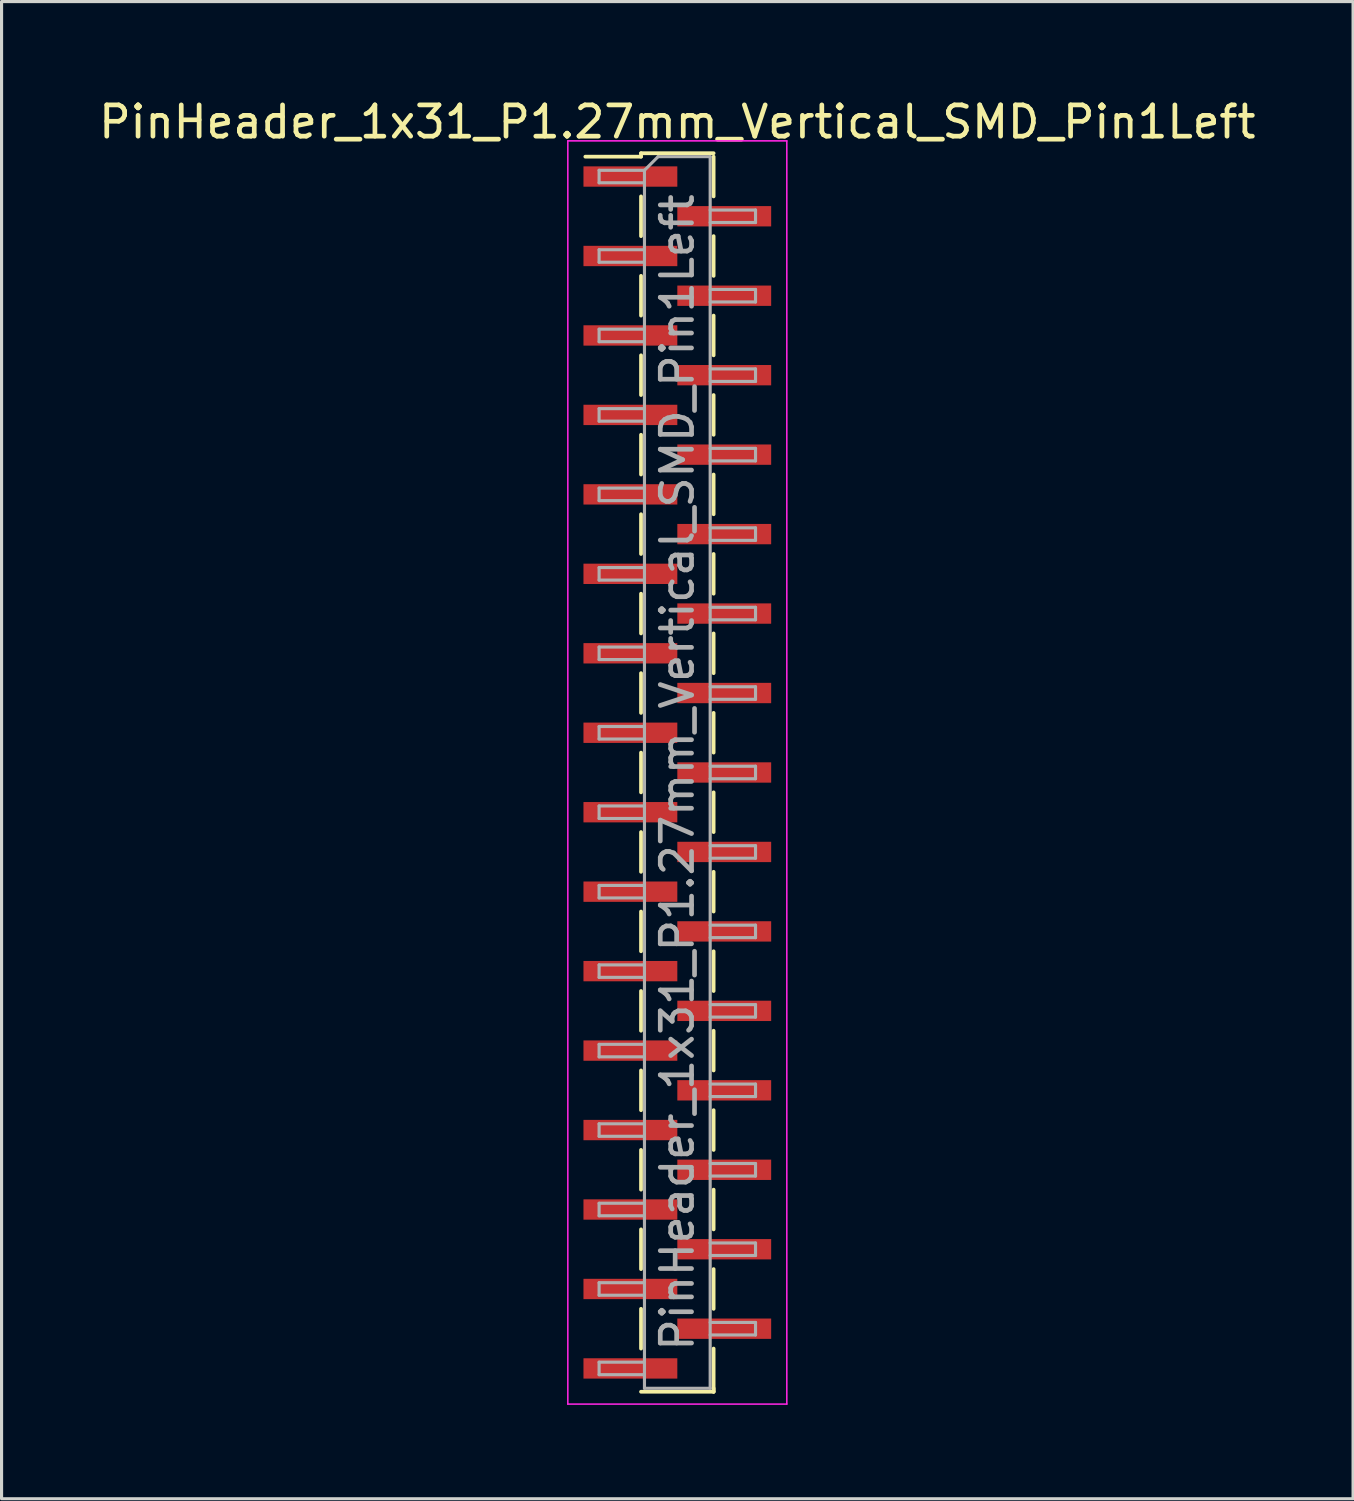
<source format=kicad_pcb>
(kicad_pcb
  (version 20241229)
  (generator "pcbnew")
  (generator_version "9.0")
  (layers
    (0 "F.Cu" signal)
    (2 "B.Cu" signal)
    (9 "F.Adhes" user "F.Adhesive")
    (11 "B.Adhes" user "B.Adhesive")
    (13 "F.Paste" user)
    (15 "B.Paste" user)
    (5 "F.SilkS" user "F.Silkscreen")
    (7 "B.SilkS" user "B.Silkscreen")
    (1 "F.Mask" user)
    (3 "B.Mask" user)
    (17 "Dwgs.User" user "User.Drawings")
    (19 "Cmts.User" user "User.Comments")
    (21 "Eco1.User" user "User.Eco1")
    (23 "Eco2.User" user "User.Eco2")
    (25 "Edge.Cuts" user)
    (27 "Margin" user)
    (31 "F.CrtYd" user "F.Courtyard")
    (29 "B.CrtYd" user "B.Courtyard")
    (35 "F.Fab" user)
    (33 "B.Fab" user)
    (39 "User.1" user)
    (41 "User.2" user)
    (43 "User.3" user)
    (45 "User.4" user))
  (footprint "PinHeader_1x31_P1.27mm_Vertical_SMD_Pin1Left"
    (layer "F.Cu")
    (at 18.601 21.643)
    (property "Reference" "PinHeader_1x31_P1.27mm_Vertical_SMD_Pin1Left" (at 0 -20.795 0) (layer "F.SilkS") (effects (font (size 1 1) (thickness 0.15))))
    (attr smd)
    (fp_line (start -1.16 -19.795) (end -1.16 -19.685) (stroke (width 0.12) (type solid)) (layer "F.SilkS"))
    (fp_line (start -1.16 -19.795) (end 1.16 -19.795) (stroke (width 0.12) (type solid)) (layer "F.SilkS"))
    (fp_line (start -1.16 -19.685) (end -2.94 -19.685) (stroke (width 0.12) (type solid)) (layer "F.SilkS"))
    (fp_line (start -1.16 -18.415) (end -1.16 -17.145) (stroke (width 0.12) (type solid)) (layer "F.SilkS"))
    (fp_line (start -1.16 -15.875) (end -1.16 -14.605) (stroke (width 0.12) (type solid)) (layer "F.SilkS"))
    (fp_line (start -1.16 -13.335) (end -1.16 -12.065) (stroke (width 0.12) (type solid)) (layer "F.SilkS"))
    (fp_line (start -1.16 -10.795) (end -1.16 -9.525) (stroke (width 0.12) (type solid)) (layer "F.SilkS"))
    (fp_line (start -1.16 -8.255) (end -1.16 -6.985) (stroke (width 0.12) (type solid)) (layer "F.SilkS"))
    (fp_line (start -1.16 -5.715) (end -1.16 -4.445) (stroke (width 0.12) (type solid)) (layer "F.SilkS"))
    (fp_line (start -1.16 -3.175) (end -1.16 -1.905) (stroke (width 0.12) (type solid)) (layer "F.SilkS"))
    (fp_line (start -1.16 -0.635) (end -1.16 0.635) (stroke (width 0.12) (type solid)) (layer "F.SilkS"))
    (fp_line (start -1.16 1.905) (end -1.16 3.175) (stroke (width 0.12) (type solid)) (layer "F.SilkS"))
    (fp_line (start -1.16 4.445) (end -1.16 5.715) (stroke (width 0.12) (type solid)) (layer "F.SilkS"))
    (fp_line (start -1.16 6.985) (end -1.16 8.255) (stroke (width 0.12) (type solid)) (layer "F.SilkS"))
    (fp_line (start -1.16 9.525) (end -1.16 10.795) (stroke (width 0.12) (type solid)) (layer "F.SilkS"))
    (fp_line (start -1.16 12.065) (end -1.16 13.335) (stroke (width 0.12) (type solid)) (layer "F.SilkS"))
    (fp_line (start -1.16 14.605) (end -1.16 15.875) (stroke (width 0.12) (type solid)) (layer "F.SilkS"))
    (fp_line (start -1.16 17.145) (end -1.16 18.415) (stroke (width 0.12) (type solid)) (layer "F.SilkS"))
    (fp_line (start -1.16 19.795) (end 1.16 19.795) (stroke (width 0.12) (type solid)) (layer "F.SilkS"))
    (fp_line (start 1.16 -19.685) (end 1.16 -18.415) (stroke (width 0.12) (type solid)) (layer "F.SilkS"))
    (fp_line (start 1.16 -17.145) (end 1.16 -15.875) (stroke (width 0.12) (type solid)) (layer "F.SilkS"))
    (fp_line (start 1.16 -14.605) (end 1.16 -13.335) (stroke (width 0.12) (type solid)) (layer "F.SilkS"))
    (fp_line (start 1.16 -12.065) (end 1.16 -10.795) (stroke (width 0.12) (type solid)) (layer "F.SilkS"))
    (fp_line (start 1.16 -9.525) (end 1.16 -8.255) (stroke (width 0.12) (type solid)) (layer "F.SilkS"))
    (fp_line (start 1.16 -6.985) (end 1.16 -5.715) (stroke (width 0.12) (type solid)) (layer "F.SilkS"))
    (fp_line (start 1.16 -4.445) (end 1.16 -3.175) (stroke (width 0.12) (type solid)) (layer "F.SilkS"))
    (fp_line (start 1.16 -1.905) (end 1.16 -0.635) (stroke (width 0.12) (type solid)) (layer "F.SilkS"))
    (fp_line (start 1.16 0.635) (end 1.16 1.905) (stroke (width 0.12) (type solid)) (layer "F.SilkS"))
    (fp_line (start 1.16 3.175) (end 1.16 4.445) (stroke (width 0.12) (type solid)) (layer "F.SilkS"))
    (fp_line (start 1.16 5.715) (end 1.16 6.985) (stroke (width 0.12) (type solid)) (layer "F.SilkS"))
    (fp_line (start 1.16 8.255) (end 1.16 9.525) (stroke (width 0.12) (type solid)) (layer "F.SilkS"))
    (fp_line (start 1.16 10.795) (end 1.16 12.065) (stroke (width 0.12) (type solid)) (layer "F.SilkS"))
    (fp_line (start 1.16 13.335) (end 1.16 14.605) (stroke (width 0.12) (type solid)) (layer "F.SilkS"))
    (fp_line (start 1.16 15.875) (end 1.16 17.145) (stroke (width 0.12) (type solid)) (layer "F.SilkS"))
    (fp_line (start 1.16 18.415) (end 1.16 19.795) (stroke (width 0.12) (type solid)) (layer "F.SilkS"))
    (fp_line (start 1.16 19.685) (end 1.16 19.795) (stroke (width 0.12) (type solid)) (layer "F.SilkS"))
    (fp_line (start -3.5 -20.19) (end -3.5 20.19) (stroke (width 0.05) (type solid)) (layer "F.CrtYd"))
    (fp_line (start -3.5 20.19) (end 3.5 20.19) (stroke (width 0.05) (type solid)) (layer "F.CrtYd"))
    (fp_line (start 3.5 -20.19) (end -3.5 -20.19) (stroke (width 0.05) (type solid)) (layer "F.CrtYd"))
    (fp_line (start 3.5 20.19) (end 3.5 -20.19) (stroke (width 0.05) (type solid)) (layer "F.CrtYd"))
    (fp_line (start -2.5 -19.25) (end -2.5 -18.85) (stroke (width 0.1) (type solid)) (layer "F.Fab"))
    (fp_line (start -2.5 -18.85) (end -1.05 -18.85) (stroke (width 0.1) (type solid)) (layer "F.Fab"))
    (fp_line (start -2.5 -16.71) (end -2.5 -16.31) (stroke (width 0.1) (type solid)) (layer "F.Fab"))
    (fp_line (start -2.5 -16.31) (end -1.05 -16.31) (stroke (width 0.1) (type solid)) (layer "F.Fab"))
    (fp_line (start -2.5 -14.17) (end -2.5 -13.77) (stroke (width 0.1) (type solid)) (layer "F.Fab"))
    (fp_line (start -2.5 -13.77) (end -1.05 -13.77) (stroke (width 0.1) (type solid)) (layer "F.Fab"))
    (fp_line (start -2.5 -11.63) (end -2.5 -11.23) (stroke (width 0.1) (type solid)) (layer "F.Fab"))
    (fp_line (start -2.5 -11.23) (end -1.05 -11.23) (stroke (width 0.1) (type solid)) (layer "F.Fab"))
    (fp_line (start -2.5 -9.09) (end -2.5 -8.69) (stroke (width 0.1) (type solid)) (layer "F.Fab"))
    (fp_line (start -2.5 -8.69) (end -1.05 -8.69) (stroke (width 0.1) (type solid)) (layer "F.Fab"))
    (fp_line (start -2.5 -6.55) (end -2.5 -6.15) (stroke (width 0.1) (type solid)) (layer "F.Fab"))
    (fp_line (start -2.5 -6.15) (end -1.05 -6.15) (stroke (width 0.1) (type solid)) (layer "F.Fab"))
    (fp_line (start -2.5 -4.01) (end -2.5 -3.61) (stroke (width 0.1) (type solid)) (layer "F.Fab"))
    (fp_line (start -2.5 -3.61) (end -1.05 -3.61) (stroke (width 0.1) (type solid)) (layer "F.Fab"))
    (fp_line (start -2.5 -1.47) (end -2.5 -1.07) (stroke (width 0.1) (type solid)) (layer "F.Fab"))
    (fp_line (start -2.5 -1.07) (end -1.05 -1.07) (stroke (width 0.1) (type solid)) (layer "F.Fab"))
    (fp_line (start -2.5 1.07) (end -2.5 1.47) (stroke (width 0.1) (type solid)) (layer "F.Fab"))
    (fp_line (start -2.5 1.47) (end -1.05 1.47) (stroke (width 0.1) (type solid)) (layer "F.Fab"))
    (fp_line (start -2.5 3.61) (end -2.5 4.01) (stroke (width 0.1) (type solid)) (layer "F.Fab"))
    (fp_line (start -2.5 4.01) (end -1.05 4.01) (stroke (width 0.1) (type solid)) (layer "F.Fab"))
    (fp_line (start -2.5 6.15) (end -2.5 6.55) (stroke (width 0.1) (type solid)) (layer "F.Fab"))
    (fp_line (start -2.5 6.55) (end -1.05 6.55) (stroke (width 0.1) (type solid)) (layer "F.Fab"))
    (fp_line (start -2.5 8.69) (end -2.5 9.09) (stroke (width 0.1) (type solid)) (layer "F.Fab"))
    (fp_line (start -2.5 9.09) (end -1.05 9.09) (stroke (width 0.1) (type solid)) (layer "F.Fab"))
    (fp_line (start -2.5 11.23) (end -2.5 11.63) (stroke (width 0.1) (type solid)) (layer "F.Fab"))
    (fp_line (start -2.5 11.63) (end -1.05 11.63) (stroke (width 0.1) (type solid)) (layer "F.Fab"))
    (fp_line (start -2.5 13.77) (end -2.5 14.17) (stroke (width 0.1) (type solid)) (layer "F.Fab"))
    (fp_line (start -2.5 14.17) (end -1.05 14.17) (stroke (width 0.1) (type solid)) (layer "F.Fab"))
    (fp_line (start -2.5 16.31) (end -2.5 16.71) (stroke (width 0.1) (type solid)) (layer "F.Fab"))
    (fp_line (start -2.5 16.71) (end -1.05 16.71) (stroke (width 0.1) (type solid)) (layer "F.Fab"))
    (fp_line (start -2.5 18.85) (end -2.5 19.25) (stroke (width 0.1) (type solid)) (layer "F.Fab"))
    (fp_line (start -2.5 19.25) (end -1.05 19.25) (stroke (width 0.1) (type solid)) (layer "F.Fab"))
    (fp_line (start -1.05 -19.25) (end -2.5 -19.25) (stroke (width 0.1) (type solid)) (layer "F.Fab"))
    (fp_line (start -1.05 -19.25) (end -0.615 -19.685) (stroke (width 0.1) (type solid)) (layer "F.Fab"))
    (fp_line (start -1.05 -16.71) (end -2.5 -16.71) (stroke (width 0.1) (type solid)) (layer "F.Fab"))
    (fp_line (start -1.05 -14.17) (end -2.5 -14.17) (stroke (width 0.1) (type solid)) (layer "F.Fab"))
    (fp_line (start -1.05 -11.63) (end -2.5 -11.63) (stroke (width 0.1) (type solid)) (layer "F.Fab"))
    (fp_line (start -1.05 -9.09) (end -2.5 -9.09) (stroke (width 0.1) (type solid)) (layer "F.Fab"))
    (fp_line (start -1.05 -6.55) (end -2.5 -6.55) (stroke (width 0.1) (type solid)) (layer "F.Fab"))
    (fp_line (start -1.05 -4.01) (end -2.5 -4.01) (stroke (width 0.1) (type solid)) (layer "F.Fab"))
    (fp_line (start -1.05 -1.47) (end -2.5 -1.47) (stroke (width 0.1) (type solid)) (layer "F.Fab"))
    (fp_line (start -1.05 1.07) (end -2.5 1.07) (stroke (width 0.1) (type solid)) (layer "F.Fab"))
    (fp_line (start -1.05 3.61) (end -2.5 3.61) (stroke (width 0.1) (type solid)) (layer "F.Fab"))
    (fp_line (start -1.05 6.15) (end -2.5 6.15) (stroke (width 0.1) (type solid)) (layer "F.Fab"))
    (fp_line (start -1.05 8.69) (end -2.5 8.69) (stroke (width 0.1) (type solid)) (layer "F.Fab"))
    (fp_line (start -1.05 11.23) (end -2.5 11.23) (stroke (width 0.1) (type solid)) (layer "F.Fab"))
    (fp_line (start -1.05 13.77) (end -2.5 13.77) (stroke (width 0.1) (type solid)) (layer "F.Fab"))
    (fp_line (start -1.05 16.31) (end -2.5 16.31) (stroke (width 0.1) (type solid)) (layer "F.Fab"))
    (fp_line (start -1.05 18.85) (end -2.5 18.85) (stroke (width 0.1) (type solid)) (layer "F.Fab"))
    (fp_line (start -1.05 19.685) (end -1.05 -19.25) (stroke (width 0.1) (type solid)) (layer "F.Fab"))
    (fp_line (start -0.615 -19.685) (end 1.05 -19.685) (stroke (width 0.1) (type solid)) (layer "F.Fab"))
    (fp_line (start 1.05 -19.685) (end 1.05 19.685) (stroke (width 0.1) (type solid)) (layer "F.Fab"))
    (fp_line (start 1.05 -17.98) (end 2.5 -17.98) (stroke (width 0.1) (type solid)) (layer "F.Fab"))
    (fp_line (start 1.05 -15.44) (end 2.5 -15.44) (stroke (width 0.1) (type solid)) (layer "F.Fab"))
    (fp_line (start 1.05 -12.9) (end 2.5 -12.9) (stroke (width 0.1) (type solid)) (layer "F.Fab"))
    (fp_line (start 1.05 -10.36) (end 2.5 -10.36) (stroke (width 0.1) (type solid)) (layer "F.Fab"))
    (fp_line (start 1.05 -7.82) (end 2.5 -7.82) (stroke (width 0.1) (type solid)) (layer "F.Fab"))
    (fp_line (start 1.05 -5.28) (end 2.5 -5.28) (stroke (width 0.1) (type solid)) (layer "F.Fab"))
    (fp_line (start 1.05 -2.74) (end 2.5 -2.74) (stroke (width 0.1) (type solid)) (layer "F.Fab"))
    (fp_line (start 1.05 -0.2) (end 2.5 -0.2) (stroke (width 0.1) (type solid)) (layer "F.Fab"))
    (fp_line (start 1.05 2.34) (end 2.5 2.34) (stroke (width 0.1) (type solid)) (layer "F.Fab"))
    (fp_line (start 1.05 4.88) (end 2.5 4.88) (stroke (width 0.1) (type solid)) (layer "F.Fab"))
    (fp_line (start 1.05 7.42) (end 2.5 7.42) (stroke (width 0.1) (type solid)) (layer "F.Fab"))
    (fp_line (start 1.05 9.96) (end 2.5 9.96) (stroke (width 0.1) (type solid)) (layer "F.Fab"))
    (fp_line (start 1.05 12.5) (end 2.5 12.5) (stroke (width 0.1) (type solid)) (layer "F.Fab"))
    (fp_line (start 1.05 15.04) (end 2.5 15.04) (stroke (width 0.1) (type solid)) (layer "F.Fab"))
    (fp_line (start 1.05 17.58) (end 2.5 17.58) (stroke (width 0.1) (type solid)) (layer "F.Fab"))
    (fp_line (start 1.05 19.685) (end -1.05 19.685) (stroke (width 0.1) (type solid)) (layer "F.Fab"))
    (fp_line (start 2.5 -17.98) (end 2.5 -17.58) (stroke (width 0.1) (type solid)) (layer "F.Fab"))
    (fp_line (start 2.5 -17.58) (end 1.05 -17.58) (stroke (width 0.1) (type solid)) (layer "F.Fab"))
    (fp_line (start 2.5 -15.44) (end 2.5 -15.04) (stroke (width 0.1) (type solid)) (layer "F.Fab"))
    (fp_line (start 2.5 -15.04) (end 1.05 -15.04) (stroke (width 0.1) (type solid)) (layer "F.Fab"))
    (fp_line (start 2.5 -12.9) (end 2.5 -12.5) (stroke (width 0.1) (type solid)) (layer "F.Fab"))
    (fp_line (start 2.5 -12.5) (end 1.05 -12.5) (stroke (width 0.1) (type solid)) (layer "F.Fab"))
    (fp_line (start 2.5 -10.36) (end 2.5 -9.96) (stroke (width 0.1) (type solid)) (layer "F.Fab"))
    (fp_line (start 2.5 -9.96) (end 1.05 -9.96) (stroke (width 0.1) (type solid)) (layer "F.Fab"))
    (fp_line (start 2.5 -7.82) (end 2.5 -7.42) (stroke (width 0.1) (type solid)) (layer "F.Fab"))
    (fp_line (start 2.5 -7.42) (end 1.05 -7.42) (stroke (width 0.1) (type solid)) (layer "F.Fab"))
    (fp_line (start 2.5 -5.28) (end 2.5 -4.88) (stroke (width 0.1) (type solid)) (layer "F.Fab"))
    (fp_line (start 2.5 -4.88) (end 1.05 -4.88) (stroke (width 0.1) (type solid)) (layer "F.Fab"))
    (fp_line (start 2.5 -2.74) (end 2.5 -2.34) (stroke (width 0.1) (type solid)) (layer "F.Fab"))
    (fp_line (start 2.5 -2.34) (end 1.05 -2.34) (stroke (width 0.1) (type solid)) (layer "F.Fab"))
    (fp_line (start 2.5 -0.2) (end 2.5 0.2) (stroke (width 0.1) (type solid)) (layer "F.Fab"))
    (fp_line (start 2.5 0.2) (end 1.05 0.2) (stroke (width 0.1) (type solid)) (layer "F.Fab"))
    (fp_line (start 2.5 2.34) (end 2.5 2.74) (stroke (width 0.1) (type solid)) (layer "F.Fab"))
    (fp_line (start 2.5 2.74) (end 1.05 2.74) (stroke (width 0.1) (type solid)) (layer "F.Fab"))
    (fp_line (start 2.5 4.88) (end 2.5 5.28) (stroke (width 0.1) (type solid)) (layer "F.Fab"))
    (fp_line (start 2.5 5.28) (end 1.05 5.28) (stroke (width 0.1) (type solid)) (layer "F.Fab"))
    (fp_line (start 2.5 7.42) (end 2.5 7.82) (stroke (width 0.1) (type solid)) (layer "F.Fab"))
    (fp_line (start 2.5 7.82) (end 1.05 7.82) (stroke (width 0.1) (type solid)) (layer "F.Fab"))
    (fp_line (start 2.5 9.96) (end 2.5 10.36) (stroke (width 0.1) (type solid)) (layer "F.Fab"))
    (fp_line (start 2.5 10.36) (end 1.05 10.36) (stroke (width 0.1) (type solid)) (layer "F.Fab"))
    (fp_line (start 2.5 12.5) (end 2.5 12.9) (stroke (width 0.1) (type solid)) (layer "F.Fab"))
    (fp_line (start 2.5 12.9) (end 1.05 12.9) (stroke (width 0.1) (type solid)) (layer "F.Fab"))
    (fp_line (start 2.5 15.04) (end 2.5 15.44) (stroke (width 0.1) (type solid)) (layer "F.Fab"))
    (fp_line (start 2.5 15.44) (end 1.05 15.44) (stroke (width 0.1) (type solid)) (layer "F.Fab"))
    (fp_line (start 2.5 17.58) (end 2.5 17.98) (stroke (width 0.1) (type solid)) (layer "F.Fab"))
    (fp_line (start 2.5 17.98) (end 1.05 17.98) (stroke (width 0.1) (type solid)) (layer "F.Fab"))
    (fp_text user "${REFERENCE}" (at 0 0 90) (layer "F.Fab") (effects (font (size 1 1) (thickness 0.15))))
    (pad "1" smd rect (at -1.5 -19.05) (size 3 0.65) (layers "F.Cu" "F.Mask" "F.Paste"))
    (pad "2" smd rect (at 1.5 -17.78) (size 3 0.65) (layers "F.Cu" "F.Mask" "F.Paste"))
    (pad "3" smd rect (at -1.5 -16.51) (size 3 0.65) (layers "F.Cu" "F.Mask" "F.Paste"))
    (pad "4" smd rect (at 1.5 -15.24) (size 3 0.65) (layers "F.Cu" "F.Mask" "F.Paste"))
    (pad "5" smd rect (at -1.5 -13.97) (size 3 0.65) (layers "F.Cu" "F.Mask" "F.Paste"))
    (pad "6" smd rect (at 1.5 -12.7) (size 3 0.65) (layers "F.Cu" "F.Mask" "F.Paste"))
    (pad "7" smd rect (at -1.5 -11.43) (size 3 0.65) (layers "F.Cu" "F.Mask" "F.Paste"))
    (pad "8" smd rect (at 1.5 -10.16) (size 3 0.65) (layers "F.Cu" "F.Mask" "F.Paste"))
    (pad "9" smd rect (at -1.5 -8.89) (size 3 0.65) (layers "F.Cu" "F.Mask" "F.Paste"))
    (pad "10" smd rect (at 1.5 -7.62) (size 3 0.65) (layers "F.Cu" "F.Mask" "F.Paste"))
    (pad "11" smd rect (at -1.5 -6.35) (size 3 0.65) (layers "F.Cu" "F.Mask" "F.Paste"))
    (pad "12" smd rect (at 1.5 -5.08) (size 3 0.65) (layers "F.Cu" "F.Mask" "F.Paste"))
    (pad "13" smd rect (at -1.5 -3.81) (size 3 0.65) (layers "F.Cu" "F.Mask" "F.Paste"))
    (pad "14" smd rect (at 1.5 -2.54) (size 3 0.65) (layers "F.Cu" "F.Mask" "F.Paste"))
    (pad "15" smd rect (at -1.5 -1.27) (size 3 0.65) (layers "F.Cu" "F.Mask" "F.Paste"))
    (pad "16" smd rect (at 1.5 0) (size 3 0.65) (layers "F.Cu" "F.Mask" "F.Paste"))
    (pad "17" smd rect (at -1.5 1.27) (size 3 0.65) (layers "F.Cu" "F.Mask" "F.Paste"))
    (pad "18" smd rect (at 1.5 2.54) (size 3 0.65) (layers "F.Cu" "F.Mask" "F.Paste"))
    (pad "19" smd rect (at -1.5 3.81) (size 3 0.65) (layers "F.Cu" "F.Mask" "F.Paste"))
    (pad "20" smd rect (at 1.5 5.08) (size 3 0.65) (layers "F.Cu" "F.Mask" "F.Paste"))
    (pad "21" smd rect (at -1.5 6.35) (size 3 0.65) (layers "F.Cu" "F.Mask" "F.Paste"))
    (pad "22" smd rect (at 1.5 7.62) (size 3 0.65) (layers "F.Cu" "F.Mask" "F.Paste"))
    (pad "23" smd rect (at -1.5 8.89) (size 3 0.65) (layers "F.Cu" "F.Mask" "F.Paste"))
    (pad "24" smd rect (at 1.5 10.16) (size 3 0.65) (layers "F.Cu" "F.Mask" "F.Paste"))
    (pad "25" smd rect (at -1.5 11.43) (size 3 0.65) (layers "F.Cu" "F.Mask" "F.Paste"))
    (pad "26" smd rect (at 1.5 12.7) (size 3 0.65) (layers "F.Cu" "F.Mask" "F.Paste"))
    (pad "27" smd rect (at -1.5 13.97) (size 3 0.65) (layers "F.Cu" "F.Mask" "F.Paste"))
    (pad "28" smd rect (at 1.5 15.24) (size 3 0.65) (layers "F.Cu" "F.Mask" "F.Paste"))
    (pad "29" smd rect (at -1.5 16.51) (size 3 0.65) (layers "F.Cu" "F.Mask" "F.Paste"))
    (pad "30" smd rect (at 1.5 17.78) (size 3 0.65) (layers "F.Cu" "F.Mask" "F.Paste"))
    (pad "31" smd rect (at -1.5 19.05) (size 3 0.65) (layers "F.Cu" "F.Mask" "F.Paste")))
  (gr_rect
    (start -3 -3)
    (end 40.202 44.858)
    (stroke (width 0.1) (type default))
    (fill no)
    (layer "Edge.Cuts")))
</source>
